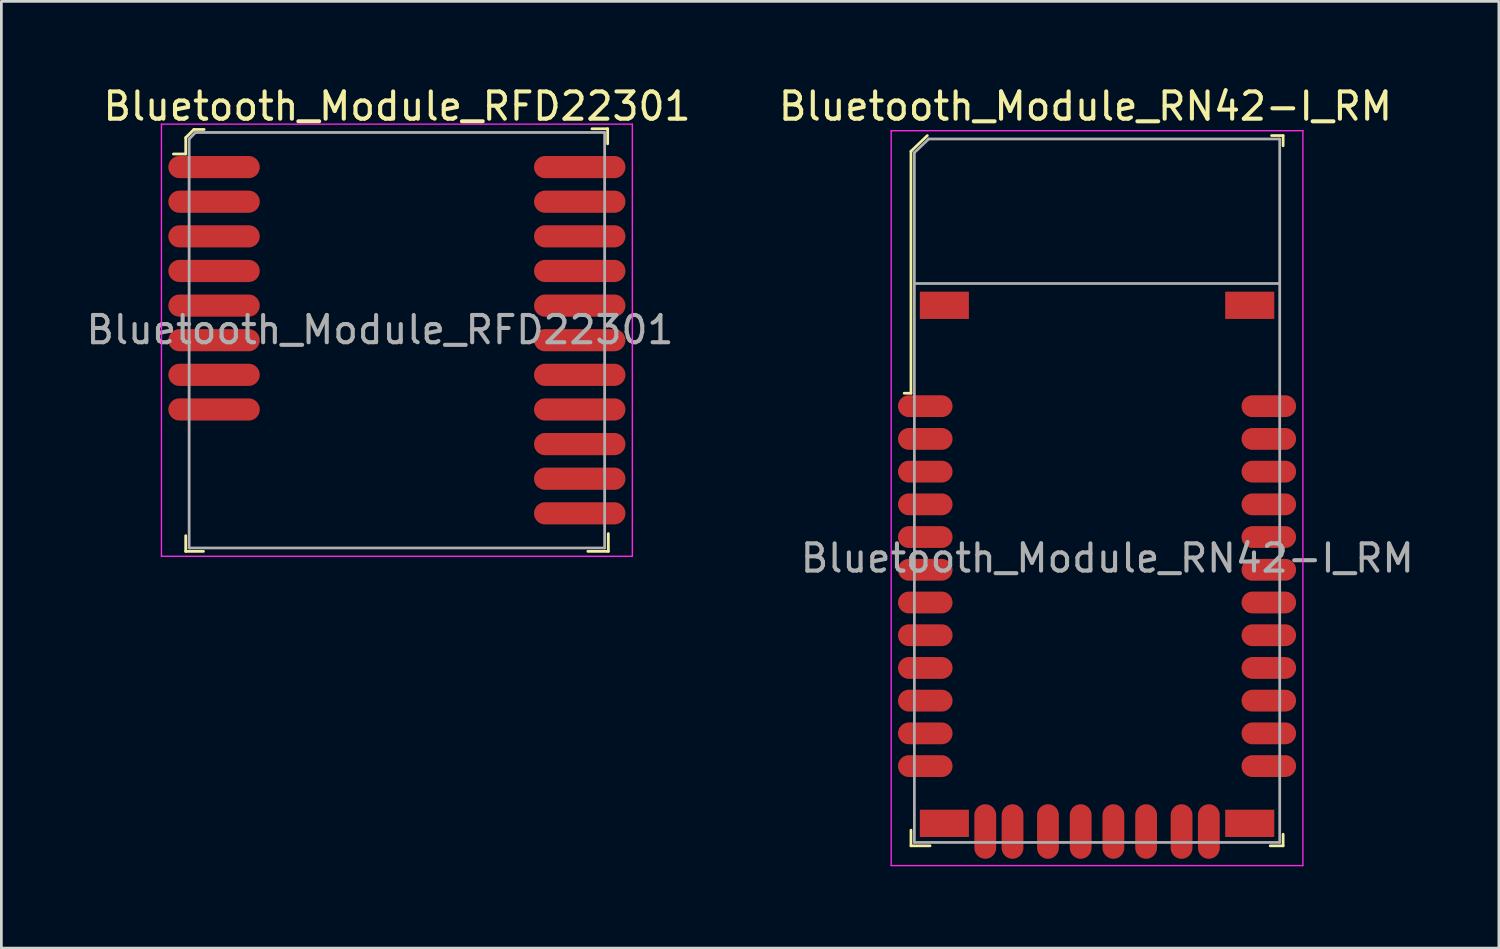
<source format=kicad_pcb>
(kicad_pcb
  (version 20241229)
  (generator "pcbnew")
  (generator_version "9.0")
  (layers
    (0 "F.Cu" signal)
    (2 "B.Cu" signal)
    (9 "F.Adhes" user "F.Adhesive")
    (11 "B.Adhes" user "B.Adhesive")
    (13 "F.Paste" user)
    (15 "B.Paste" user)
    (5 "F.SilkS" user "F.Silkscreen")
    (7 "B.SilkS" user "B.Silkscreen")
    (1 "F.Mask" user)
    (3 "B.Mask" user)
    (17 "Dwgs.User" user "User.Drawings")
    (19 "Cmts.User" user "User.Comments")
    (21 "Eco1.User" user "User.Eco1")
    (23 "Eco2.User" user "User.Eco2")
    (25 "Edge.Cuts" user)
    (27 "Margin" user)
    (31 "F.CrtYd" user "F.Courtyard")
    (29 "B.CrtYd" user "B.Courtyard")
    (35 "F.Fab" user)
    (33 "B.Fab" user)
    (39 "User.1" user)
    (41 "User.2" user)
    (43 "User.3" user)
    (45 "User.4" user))
  (footprint "Bluetooth_Module_RN42-I_RM"
    (layer "F.Cu")
    (at 37.162 17.273)
    (property "Reference" "Bluetooth_Module_RN42-I_RM" (at -0.4 -16.425 0) (layer "F.SilkS") (effects (font (size 1 1) (thickness 0.15))))
    (attr smd)
    (fp_line (start -6.8 -14.775) (end -6.8 -5.9) (stroke (width 0.1) (type solid)) (layer "F.SilkS"))
    (fp_line (start -6.8 -5.9) (end -7.05 -5.9) (stroke (width 0.1) (type solid)) (layer "F.SilkS"))
    (fp_line (start -6.8 10.7) (end -6.8 10.125) (stroke (width 0.1) (type solid)) (layer "F.SilkS"))
    (fp_line (start -6.2 -15.35) (end -6.8 -14.775) (stroke (width 0.1) (type solid)) (layer "F.SilkS"))
    (fp_line (start -6.1 10.7) (end -6.8 10.7) (stroke (width 0.1) (type solid)) (layer "F.SilkS"))
    (fp_line (start 6.425 -15.35) (end 6.85 -15.35) (stroke (width 0.1) (type solid)) (layer "F.SilkS"))
    (fp_line (start 6.85 -15.35) (end 6.85 -14.975) (stroke (width 0.1) (type solid)) (layer "F.SilkS"))
    (fp_line (start 6.85 10.275) (end 6.85 10.7) (stroke (width 0.1) (type solid)) (layer "F.SilkS"))
    (fp_line (start 6.85 10.7) (end 6.375 10.7) (stroke (width 0.1) (type solid)) (layer "F.SilkS"))
    (fp_line (start -7.525 11.425) (end -7.525 -15.529) (stroke (width 0.05) (type solid)) (layer "F.CrtYd"))
    (fp_line (start 7.575 -15.529) (end -7.525 -15.529) (stroke (width 0.05) (type solid)) (layer "F.CrtYd"))
    (fp_line (start 7.575 -15.529) (end 7.575 11.425) (stroke (width 0.05) (type solid)) (layer "F.CrtYd"))
    (fp_line (start 7.575 11.425) (end -7.525 11.425) (stroke (width 0.05) (type solid)) (layer "F.CrtYd"))
    (fp_line (start -6.675 -14.725) (end -6.675 10.575) (stroke (width 0.1) (type solid)) (layer "F.Fab"))
    (fp_line (start -6.675 -9.925) (end 6.725 -9.925) (stroke (width 0.1) (type solid)) (layer "F.Fab"))
    (fp_line (start -6.15 -15.225) (end -6.675 -14.725) (stroke (width 0.1) (type solid)) (layer "F.Fab"))
    (fp_line (start -6.15 -15.225) (end 6.725 -15.225) (stroke (width 0.1) (type solid)) (layer "F.Fab"))
    (fp_line (start 6.725 -15.225) (end 6.725 10.575) (stroke (width 0.1) (type solid)) (layer "F.Fab"))
    (fp_line (start 6.725 10.575) (end -6.675 10.575) (stroke (width 0.1) (type solid)) (layer "F.Fab"))
    (fp_text user "${REFERENCE}" (at 0.4 0.15 0) (layer "F.Fab") (effects (font (size 1 1) (thickness 0.15))))
    (pad "1" smd oval (at -6.275 -5.425) (size 2 0.8) (layers "F.Cu" "F.Mask" "F.Paste"))
    (pad "2" smd oval (at -6.275 -4.225) (size 2 0.8) (layers "F.Cu" "F.Mask" "F.Paste"))
    (pad "3" smd oval (at -6.275 -3.025) (size 2 0.8) (layers "F.Cu" "F.Mask" "F.Paste"))
    (pad "4" smd oval (at -6.275 -1.825) (size 2 0.8) (layers "F.Cu" "F.Mask" "F.Paste"))
    (pad "5" smd oval (at -6.275 -0.625) (size 2 0.8) (layers "F.Cu" "F.Mask" "F.Paste"))
    (pad "6" smd oval (at -6.275 0.575) (size 2 0.8) (layers "F.Cu" "F.Mask" "F.Paste"))
    (pad "7" smd oval (at -6.275 1.775) (size 2 0.8) (layers "F.Cu" "F.Mask" "F.Paste"))
    (pad "8" smd oval (at -6.275 2.975) (size 2 0.8) (layers "F.Cu" "F.Mask" "F.Paste"))
    (pad "9" smd oval (at -6.275 4.175) (size 2 0.8) (layers "F.Cu" "F.Mask" "F.Paste"))
    (pad "10" smd oval (at -6.275 5.375) (size 2 0.8) (layers "F.Cu" "F.Mask" "F.Paste"))
    (pad "11" smd oval (at -6.275 6.575) (size 2 0.8) (layers "F.Cu" "F.Mask" "F.Paste"))
    (pad "12" smd oval (at -6.275 7.775) (size 2 0.8) (layers "F.Cu" "F.Mask" "F.Paste"))
    (pad "13" smd oval (at 6.325 7.775) (size 2 0.8) (layers "F.Cu" "F.Mask" "F.Paste"))
    (pad "14" smd oval (at 6.325 6.575) (size 2 0.8) (layers "F.Cu" "F.Mask" "F.Paste"))
    (pad "15" smd oval (at 6.325 5.375) (size 2 0.8) (layers "F.Cu" "F.Mask" "F.Paste"))
    (pad "16" smd oval (at 6.325 4.175) (size 2 0.8) (layers "F.Cu" "F.Mask" "F.Paste"))
    (pad "17" smd oval (at 6.325 2.975) (size 2 0.8) (layers "F.Cu" "F.Mask" "F.Paste"))
    (pad "18" smd oval (at 6.325 1.775) (size 2 0.8) (layers "F.Cu" "F.Mask" "F.Paste"))
    (pad "19" smd oval (at 6.325 0.575) (size 2 0.8) (layers "F.Cu" "F.Mask" "F.Paste"))
    (pad "20" smd oval (at 6.325 -0.625) (size 2 0.8) (layers "F.Cu" "F.Mask" "F.Paste"))
    (pad "21" smd oval (at 6.325 -1.825) (size 2 0.8) (layers "F.Cu" "F.Mask" "F.Paste"))
    (pad "22" smd oval (at 6.325 -3.025) (size 2 0.8) (layers "F.Cu" "F.Mask" "F.Paste"))
    (pad "23" smd oval (at 6.325 -4.225) (size 2 0.8) (layers "F.Cu" "F.Mask" "F.Paste"))
    (pad "24" smd oval (at 6.325 -5.425) (size 2 0.8) (layers "F.Cu" "F.Mask" "F.Paste"))
    (pad "28" smd oval (at 3.125 10.175) (size 0.8 2) (layers "F.Cu" "F.Mask" "F.Paste"))
    (pad "29" smd oval (at -3.075 10.175) (size 0.8 2) (layers "F.Cu" "F.Mask" "F.Paste"))
    (pad "30" smd oval (at 4.125 10.175) (size 0.8 2) (layers "F.Cu" "F.Mask" "F.Paste"))
    (pad "31" smd oval (at 1.825 10.175) (size 0.8 2) (layers "F.Cu" "F.Mask" "F.Paste"))
    (pad "32" smd oval (at 0.625 10.175) (size 0.8 2) (layers "F.Cu" "F.Mask" "F.Paste"))
    (pad "33" smd oval (at -0.575 10.175) (size 0.8 2) (layers "F.Cu" "F.Mask" "F.Paste"))
    (pad "34" smd oval (at -1.775 10.175) (size 0.8 2) (layers "F.Cu" "F.Mask" "F.Paste"))
    (pad "35" smd oval (at -4.075 10.175) (size 0.8 2) (layers "F.Cu" "F.Mask" "F.Paste"))
    (pad "36" smd rect (at -5.575 -9.125) (size 1.8 1) (layers "F.Cu" "F.Mask" "F.Paste"))
    (pad "36" smd rect (at -5.575 9.875) (size 1.8 1) (layers "F.Cu" "F.Mask" "F.Paste"))
    (pad "36" smd rect (at 5.625 -9.125) (size 1.8 1) (layers "F.Cu" "F.Mask" "F.Paste"))
    (pad "36" smd rect (at 5.625 9.875) (size 1.8 1) (layers "F.Cu" "F.Mask" "F.Paste")))
  (footprint "Bluetooth_Module_RFD22301"
    (layer "F.Cu")
    (at 3.887 17.048)
    (property "Reference" "Bluetooth_Module_RFD22301" (at 7.625 -16.2 0) (layer "F.SilkS") (effects (font (size 1 1) (thickness 0.15))))
    (attr smd)
    (fp_line (start -0.125 -15.05) (end -0.125 -14.45) (stroke (width 0.102) (type solid)) (layer "F.SilkS"))
    (fp_line (start -0.125 -14.45) (end -0.575 -14.45) (stroke (width 0.102) (type solid)) (layer "F.SilkS"))
    (fp_line (start -0.125 0.125) (end -0.125 -0.45) (stroke (width 0.102) (type solid)) (layer "F.SilkS"))
    (fp_line (start 0.175 -15.35) (end -0.125 -15.05) (stroke (width 0.102) (type solid)) (layer "F.SilkS"))
    (fp_line (start 0.525 0.125) (end -0.125 0.125) (stroke (width 0.102) (type solid)) (layer "F.SilkS"))
    (fp_line (start 0.55 -15.35) (end 0.175 -15.35) (stroke (width 0.102) (type solid)) (layer "F.SilkS"))
    (fp_line (start 15.35 -15.375) (end 14.775 -15.375) (stroke (width 0.102) (type solid)) (layer "F.SilkS"))
    (fp_line (start 15.35 -14.825) (end 15.35 -15.375) (stroke (width 0.102) (type solid)) (layer "F.SilkS"))
    (fp_line (start 15.375 -0.525) (end 15.375 0.125) (stroke (width 0.102) (type solid)) (layer "F.SilkS"))
    (fp_line (start 15.375 0.125) (end 14.625 0.125) (stroke (width 0.102) (type solid)) (layer "F.SilkS"))
    (fp_line (start -1.016 -15.545) (end 16.256 -15.545) (stroke (width 0.051) (type solid)) (layer "F.CrtYd"))
    (fp_line (start -1.016 0.305) (end -1.016 -15.545) (stroke (width 0.051) (type solid)) (layer "F.CrtYd"))
    (fp_line (start 16.256 -15.545) (end 16.256 0.305) (stroke (width 0.051) (type solid)) (layer "F.CrtYd"))
    (fp_line (start 16.256 0.305) (end -1.016 0.305) (stroke (width 0.051) (type solid)) (layer "F.CrtYd"))
    (fp_line (start 0 -15) (end 0.23 -15.24) (stroke (width 0.102) (type solid)) (layer "F.Fab"))
    (fp_line (start 0 0) (end 0 -15) (stroke (width 0.102) (type solid)) (layer "F.Fab"))
    (fp_line (start 0 0) (end 15.24 0) (stroke (width 0.102) (type solid)) (layer "F.Fab"))
    (fp_line (start 0.23 -15.24) (end 15.24 -15.24) (stroke (width 0.102) (type solid)) (layer "F.Fab"))
    (fp_line (start 15.24 -15.24) (end 15.24 0) (stroke (width 0.102) (type solid)) (layer "F.Fab"))
    (fp_text user "${REFERENCE}" (at 7 -8 0) (layer "F.Fab") (effects (font (size 1 1) (thickness 0.15))))
    (pad "1" smd oval (at 0.914 -13.97) (size 3.353 0.813) (layers "F.Cu" "F.Mask" "F.Paste"))
    (pad "2" smd oval (at 0.914 -12.7) (size 3.353 0.813) (layers "F.Cu" "F.Mask" "F.Paste"))
    (pad "3" smd oval (at 0.914 -11.43) (size 3.353 0.813) (layers "F.Cu" "F.Mask" "F.Paste"))
    (pad "4" smd oval (at 0.914 -10.16) (size 3.353 0.813) (layers "F.Cu" "F.Mask" "F.Paste"))
    (pad "5" smd oval (at 0.914 -8.89) (size 3.353 0.813) (layers "F.Cu" "F.Mask" "F.Paste"))
    (pad "6" smd oval (at 0.914 -7.62) (size 3.353 0.813) (layers "F.Cu" "F.Mask" "F.Paste"))
    (pad "7" smd oval (at 0.914 -6.35) (size 3.353 0.813) (layers "F.Cu" "F.Mask" "F.Paste"))
    (pad "8" smd oval (at 0.914 -5.08) (size 3.353 0.813) (layers "F.Cu" "F.Mask" "F.Paste"))
    (pad "9" smd oval (at 14.326 -1.27) (size 3.353 0.813) (layers "F.Cu" "F.Mask" "F.Paste"))
    (pad "10" smd oval (at 14.326 -2.54) (size 3.353 0.813) (layers "F.Cu" "F.Mask" "F.Paste"))
    (pad "11" smd oval (at 14.326 -3.81) (size 3.353 0.813) (layers "F.Cu" "F.Mask" "F.Paste"))
    (pad "12" smd oval (at 14.326 -5.08) (size 3.353 0.813) (layers "F.Cu" "F.Mask" "F.Paste"))
    (pad "13" smd oval (at 14.326 -6.35) (size 3.353 0.813) (layers "F.Cu" "F.Mask" "F.Paste"))
    (pad "14" smd oval (at 14.326 -7.62) (size 3.353 0.813) (layers "F.Cu" "F.Mask" "F.Paste"))
    (pad "15" smd oval (at 14.326 -8.89) (size 3.353 0.813) (layers "F.Cu" "F.Mask" "F.Paste"))
    (pad "16" smd oval (at 14.326 -10.16) (size 3.353 0.813) (layers "F.Cu" "F.Mask" "F.Paste"))
    (pad "17" smd oval (at 14.326 -11.43) (size 3.353 0.813) (layers "F.Cu" "F.Mask" "F.Paste"))
    (pad "18" smd oval (at 14.326 -12.7) (size 3.353 0.813) (layers "F.Cu" "F.Mask" "F.Paste"))
    (pad "19" smd oval (at 14.326 -13.97) (size 3.353 0.813) (layers "F.Cu" "F.Mask" "F.Paste")))
  (gr_rect
    (start -3 -3)
    (end 51.925 31.723)
    (stroke (width 0.1) (type default))
    (fill no)
    (layer "Edge.Cuts")))
</source>
